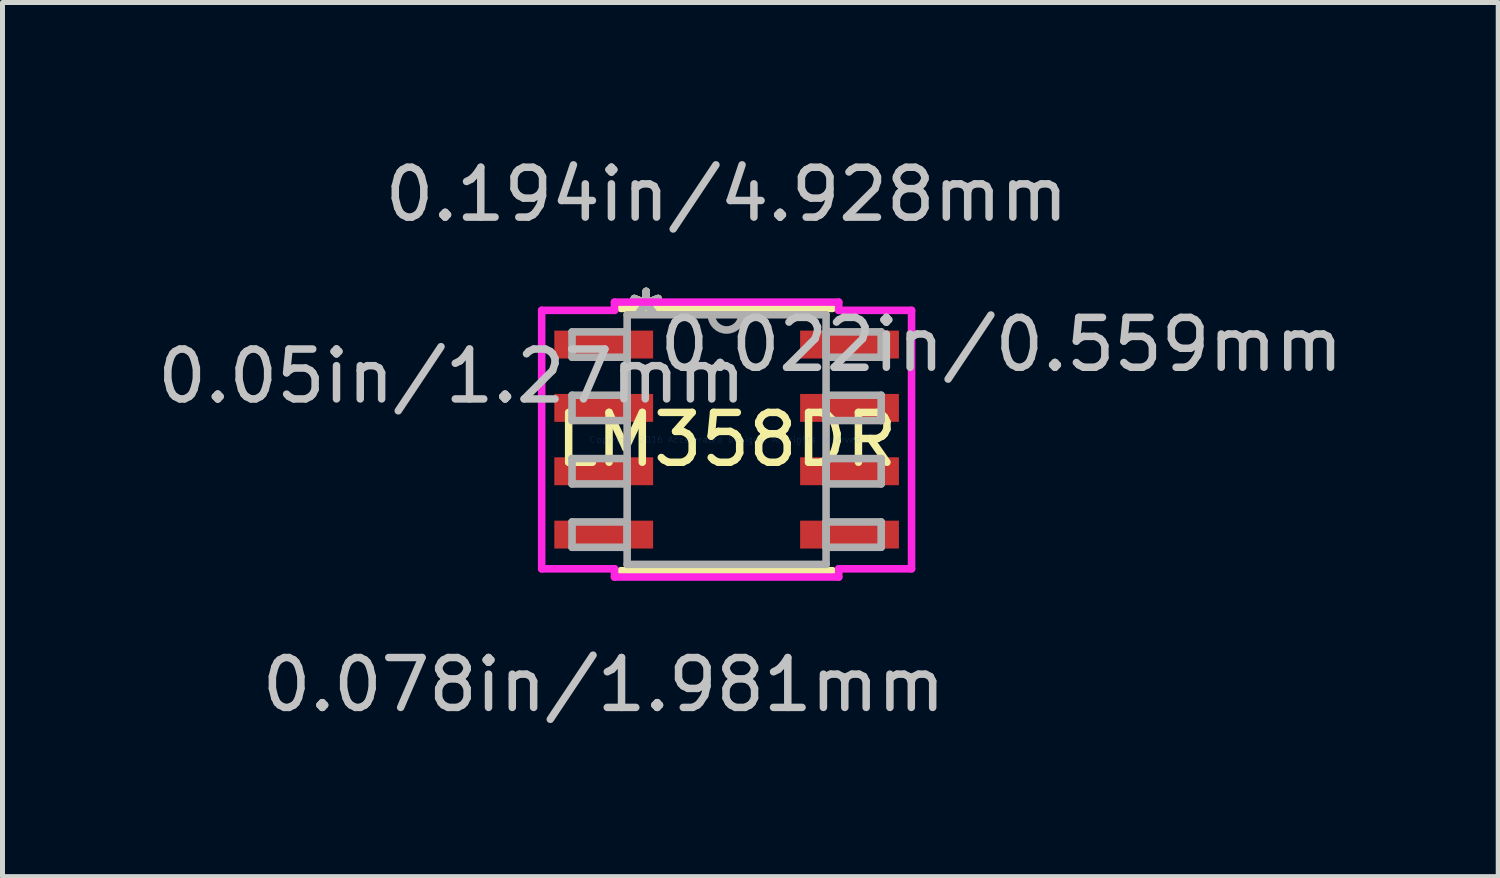
<source format=kicad_pcb>
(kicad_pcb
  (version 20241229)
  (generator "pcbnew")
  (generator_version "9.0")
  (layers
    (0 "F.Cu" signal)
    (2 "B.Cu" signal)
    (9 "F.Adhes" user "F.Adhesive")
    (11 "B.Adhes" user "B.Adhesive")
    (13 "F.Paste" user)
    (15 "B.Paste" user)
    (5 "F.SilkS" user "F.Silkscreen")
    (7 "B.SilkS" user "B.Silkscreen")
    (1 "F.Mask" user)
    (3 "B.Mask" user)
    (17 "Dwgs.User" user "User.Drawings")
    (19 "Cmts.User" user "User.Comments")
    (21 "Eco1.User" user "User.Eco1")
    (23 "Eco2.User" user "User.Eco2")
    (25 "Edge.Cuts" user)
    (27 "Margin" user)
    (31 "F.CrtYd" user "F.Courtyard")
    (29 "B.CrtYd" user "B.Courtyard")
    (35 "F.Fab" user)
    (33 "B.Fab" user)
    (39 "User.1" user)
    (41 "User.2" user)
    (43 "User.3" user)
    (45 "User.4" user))
  (footprint "LM358DR"
    (layer "F.Cu")
    (at 11.518 5.763)
    (property "Reference" "LM358DR" (at 0 0 0) (layer "F.SilkS") (effects (font (size 1 1) (thickness 0.15))))
    (attr through_hole)
    (fp_line (start -2.121 2.629) (end 2.121 2.629) (stroke (width 0.152) (type solid)) (layer "F.SilkS"))
    (fp_line (start 2.121 -2.629) (end -2.121 -2.629) (stroke (width 0.152) (type solid)) (layer "F.SilkS"))
    (fp_line (start -3.708 -2.591) (end -2.248 -2.591) (stroke (width 0.152) (type solid)) (layer "F.CrtYd"))
    (fp_line (start -3.708 2.591) (end -3.708 -2.591) (stroke (width 0.152) (type solid)) (layer "F.CrtYd"))
    (fp_line (start -2.248 -2.756) (end 2.248 -2.756) (stroke (width 0.152) (type solid)) (layer "F.CrtYd"))
    (fp_line (start -2.248 -2.591) (end -2.248 -2.756) (stroke (width 0.152) (type solid)) (layer "F.CrtYd"))
    (fp_line (start -2.248 2.591) (end -3.708 2.591) (stroke (width 0.152) (type solid)) (layer "F.CrtYd"))
    (fp_line (start -2.248 2.756) (end -2.248 2.591) (stroke (width 0.152) (type solid)) (layer "F.CrtYd"))
    (fp_line (start 2.248 -2.756) (end 2.248 -2.591) (stroke (width 0.152) (type solid)) (layer "F.CrtYd"))
    (fp_line (start 2.248 -2.591) (end 3.708 -2.591) (stroke (width 0.152) (type solid)) (layer "F.CrtYd"))
    (fp_line (start 2.248 2.591) (end 2.248 2.756) (stroke (width 0.152) (type solid)) (layer "F.CrtYd"))
    (fp_line (start 2.248 2.756) (end -2.248 2.756) (stroke (width 0.152) (type solid)) (layer "F.CrtYd"))
    (fp_line (start 3.708 -2.591) (end 3.708 2.591) (stroke (width 0.152) (type solid)) (layer "F.CrtYd"))
    (fp_line (start 3.708 2.591) (end 2.248 2.591) (stroke (width 0.152) (type solid)) (layer "F.CrtYd"))
    (fp_line (start -3.099 -2.159) (end -3.099 -1.651) (stroke (width 0.152) (type solid)) (layer "F.Fab"))
    (fp_line (start -3.099 -1.651) (end -1.994 -1.651) (stroke (width 0.152) (type solid)) (layer "F.Fab"))
    (fp_line (start -3.099 -0.889) (end -3.099 -0.381) (stroke (width 0.152) (type solid)) (layer "F.Fab"))
    (fp_line (start -3.099 -0.381) (end -1.994 -0.381) (stroke (width 0.152) (type solid)) (layer "F.Fab"))
    (fp_line (start -3.099 0.381) (end -3.099 0.889) (stroke (width 0.152) (type solid)) (layer "F.Fab"))
    (fp_line (start -3.099 0.889) (end -1.994 0.889) (stroke (width 0.152) (type solid)) (layer "F.Fab"))
    (fp_line (start -3.099 1.651) (end -3.099 2.159) (stroke (width 0.152) (type solid)) (layer "F.Fab"))
    (fp_line (start -3.099 2.159) (end -1.994 2.159) (stroke (width 0.152) (type solid)) (layer "F.Fab"))
    (fp_line (start -1.994 -2.502) (end -1.994 2.502) (stroke (width 0.152) (type solid)) (layer "F.Fab"))
    (fp_line (start -1.994 -2.159) (end -3.099 -2.159) (stroke (width 0.152) (type solid)) (layer "F.Fab"))
    (fp_line (start -1.994 -1.651) (end -1.994 -2.159) (stroke (width 0.152) (type solid)) (layer "F.Fab"))
    (fp_line (start -1.994 -0.889) (end -3.099 -0.889) (stroke (width 0.152) (type solid)) (layer "F.Fab"))
    (fp_line (start -1.994 -0.381) (end -1.994 -0.889) (stroke (width 0.152) (type solid)) (layer "F.Fab"))
    (fp_line (start -1.994 0.381) (end -3.099 0.381) (stroke (width 0.152) (type solid)) (layer "F.Fab"))
    (fp_line (start -1.994 0.889) (end -1.994 0.381) (stroke (width 0.152) (type solid)) (layer "F.Fab"))
    (fp_line (start -1.994 1.651) (end -3.099 1.651) (stroke (width 0.152) (type solid)) (layer "F.Fab"))
    (fp_line (start -1.994 2.159) (end -1.994 1.651) (stroke (width 0.152) (type solid)) (layer "F.Fab"))
    (fp_line (start -1.994 2.502) (end 1.994 2.502) (stroke (width 0.152) (type solid)) (layer "F.Fab"))
    (fp_line (start 1.994 -2.502) (end -1.994 -2.502) (stroke (width 0.152) (type solid)) (layer "F.Fab"))
    (fp_line (start 1.994 -2.159) (end 1.994 -1.651) (stroke (width 0.152) (type solid)) (layer "F.Fab"))
    (fp_line (start 1.994 -1.651) (end 3.099 -1.651) (stroke (width 0.152) (type solid)) (layer "F.Fab"))
    (fp_line (start 1.994 -0.889) (end 1.994 -0.381) (stroke (width 0.152) (type solid)) (layer "F.Fab"))
    (fp_line (start 1.994 -0.381) (end 3.099 -0.381) (stroke (width 0.152) (type solid)) (layer "F.Fab"))
    (fp_line (start 1.994 0.381) (end 1.994 0.889) (stroke (width 0.152) (type solid)) (layer "F.Fab"))
    (fp_line (start 1.994 0.889) (end 3.099 0.889) (stroke (width 0.152) (type solid)) (layer "F.Fab"))
    (fp_line (start 1.994 1.651) (end 1.994 2.159) (stroke (width 0.152) (type solid)) (layer "F.Fab"))
    (fp_line (start 1.994 2.159) (end 3.099 2.159) (stroke (width 0.152) (type solid)) (layer "F.Fab"))
    (fp_line (start 1.994 2.502) (end 1.994 -2.502) (stroke (width 0.152) (type solid)) (layer "F.Fab"))
    (fp_line (start 3.099 -2.159) (end 1.994 -2.159) (stroke (width 0.152) (type solid)) (layer "F.Fab"))
    (fp_line (start 3.099 -1.651) (end 3.099 -2.159) (stroke (width 0.152) (type solid)) (layer "F.Fab"))
    (fp_line (start 3.099 -0.889) (end 1.994 -0.889) (stroke (width 0.152) (type solid)) (layer "F.Fab"))
    (fp_line (start 3.099 -0.381) (end 3.099 -0.889) (stroke (width 0.152) (type solid)) (layer "F.Fab"))
    (fp_line (start 3.099 0.381) (end 1.994 0.381) (stroke (width 0.152) (type solid)) (layer "F.Fab"))
    (fp_line (start 3.099 0.889) (end 3.099 0.381) (stroke (width 0.152) (type solid)) (layer "F.Fab"))
    (fp_line (start 3.099 1.651) (end 1.994 1.651) (stroke (width 0.152) (type solid)) (layer "F.Fab"))
    (fp_line (start 3.099 2.159) (end 3.099 1.651) (stroke (width 0.152) (type solid)) (layer "F.Fab"))
    (fp_arc (start 0.3048 -2.5019) (mid 0 -2.1971) (end -0.3048 -2.5019) (stroke (width 0.1524) (type solid)) (layer "F.Fab"))
    (fp_text user "*" (at -1.613 -2.426 0) (layer "F.SilkS") (effects (font (size 1 1) (thickness 0.15))))
    (fp_text user "*" (at -1.613 -2.426 0) (layer "F.SilkS") (effects (font (size 1 1) (thickness 0.15))))
    (fp_text user "0.194in/4.928mm" (at 0 -4.915 0) (layer "Dwgs.User") (effects (font (size 1 1) (thickness 0.15))))
    (fp_text user "0.022in/0.559mm" (at 5.512 -1.905 0) (layer "Dwgs.User") (effects (font (size 1 1) (thickness 0.15))))
    (fp_text user "0.078in/1.981mm" (at -2.464 4.915 0) (layer "Dwgs.User") (effects (font (size 1 1) (thickness 0.15))))
    (fp_text user "0.05in/1.27mm" (at -5.512 -1.27 0) (layer "Dwgs.User") (effects (font (size 1 1) (thickness 0.15))))
    (fp_text user "Copyright 2016 Accelerated Designs. All rights reserved." (at 0 0 0) (layer "Cmts.User") (effects (font (size 0.127 0.127) (thickness 0.002))))
    (fp_text user "*" (at -1.613 -2.426 0) (layer "F.Fab") (effects (font (size 1 1) (thickness 0.15))))
    (fp_text user "*" (at -1.613 -2.426 0) (layer "F.Fab") (effects (font (size 1 1) (thickness 0.15))))
    (pad "1" smd rect (at -2.464 -1.905) (size 1.981 0.559) (layers "F.Cu" "F.Mask" "F.Paste"))
    (pad "2" smd rect (at -2.464 -0.635) (size 1.981 0.559) (layers "F.Cu" "F.Mask" "F.Paste"))
    (pad "3" smd rect (at -2.464 0.635) (size 1.981 0.559) (layers "F.Cu" "F.Mask" "F.Paste"))
    (pad "4" smd rect (at -2.464 1.905) (size 1.981 0.559) (layers "F.Cu" "F.Mask" "F.Paste"))
    (pad "5" smd rect (at 2.464 1.905) (size 1.981 0.559) (layers "F.Cu" "F.Mask" "F.Paste"))
    (pad "6" smd rect (at 2.464 0.635) (size 1.981 0.559) (layers "F.Cu" "F.Mask" "F.Paste"))
    (pad "7" smd rect (at 2.464 -0.635) (size 1.981 0.559) (layers "F.Cu" "F.Mask" "F.Paste"))
    (pad "8" smd rect (at 2.464 -1.905) (size 1.981 0.559) (layers "F.Cu" "F.Mask" "F.Paste")))
  (gr_rect
    (start -3 -3)
    (end 26.988 14.526)
    (stroke (width 0.1) (type default))
    (fill no)
    (layer "Edge.Cuts")))
</source>
